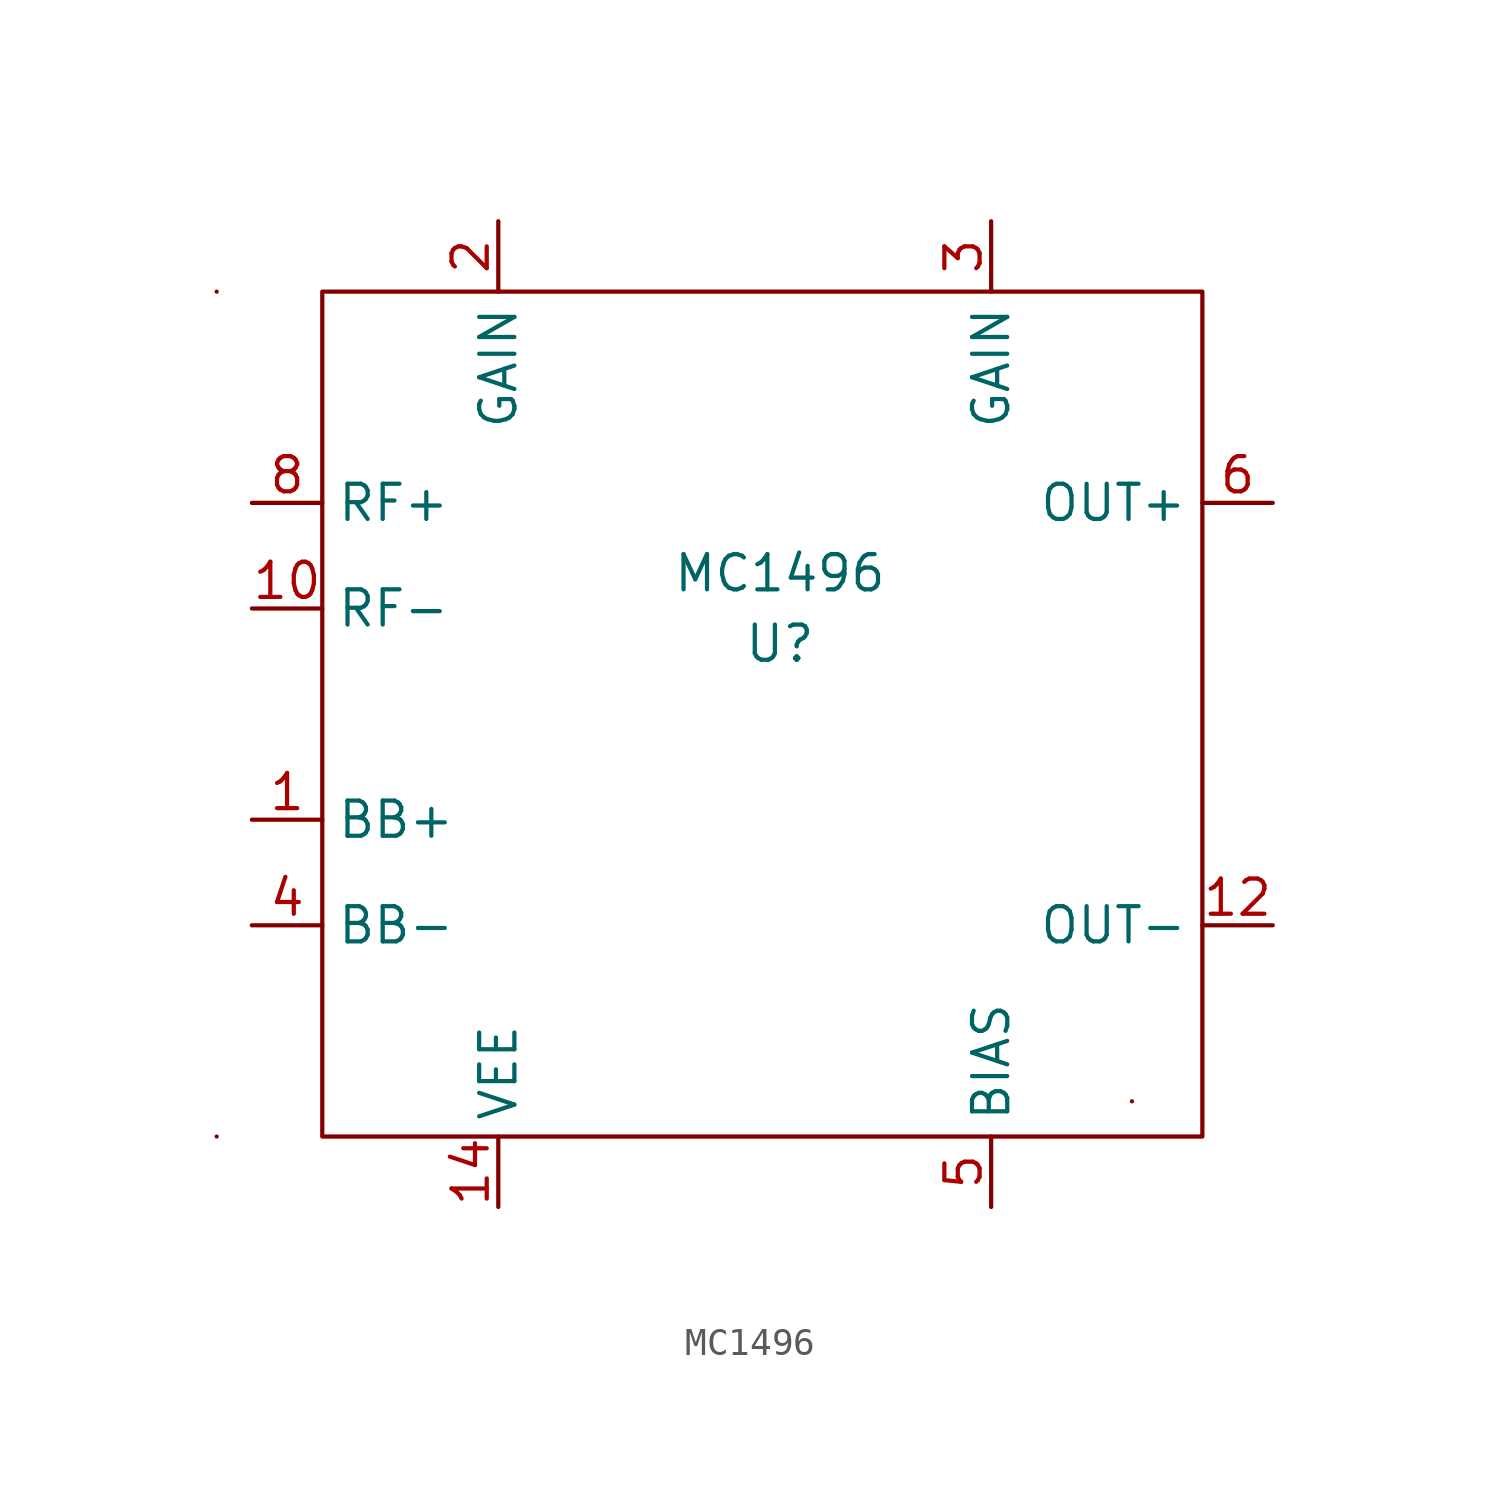
<source format=kicad_sym>
(kicad_symbol_lib
  (version 20211014)
  (generator kicad_symbol_editor)
  (symbol "MC1496"
    (property "Reference" "U"
      (at 0 2.54 0)
      (effects (font (size 1.27 1.27))))
    (property "Value" "MC1496"
      (at 0 5.08 0)
      (effects (font (size 1.27 1.27))))
    (symbol "MC1496_0_1"
      (rectangle (start -20.32 -15.24) (end -20.32 -15.24) (stroke (width 0) (type default) (color 0 0 0 0)) (fill (type none)))
      (rectangle (start -20.32 15.24) (end -20.32 15.24) (stroke (width 0) (type default) (color 0 0 0 0)) (fill (type none)))
      (rectangle (start -16.51 15.24) (end 15.24 -15.24) (stroke (width 0) (type default) (color 0 0 0 0)) (fill (type none)))
      (rectangle (start 12.7 -13.97) (end 12.7 -13.97) (stroke (width 0) (type default) (color 0 0 0 0)) (fill (type none)))
      (rectangle (start 16.51 7.62) (end 16.51 7.62) (stroke (width 0) (type default) (color 0 0 0 0)) (fill (type none))))
    (symbol "MC1496_1_1"
      (pin input line (at -19.05 -3.81 0) (length 2.54) (name "BB+" (effects (font (size 1.27 1.27)))) (number "1" (effects (font (size 1.27 1.27)))))
      (pin input line (at -19.05 3.81 0) (length 2.54) (name "RF-" (effects (font (size 1.27 1.27)))) (number "10" (effects (font (size 1.27 1.27)))))
      (pin input line (at 17.78 -7.62 180) (length 2.54) (name "OUT-" (effects (font (size 1.27 1.27)))) (number "12" (effects (font (size 1.27 1.27)))))
      (pin input line (at -10.16 -17.78 90) (length 2.54) (name "VEE" (effects (font (size 1.27 1.27)))) (number "14" (effects (font (size 1.27 1.27)))))
      (pin input line (at -10.16 17.78 270) (length 2.54) (name "GAIN" (effects (font (size 1.27 1.27)))) (number "2" (effects (font (size 1.27 1.27)))))
      (pin input line (at 7.62 17.78 270) (length 2.54) (name "GAIN" (effects (font (size 1.27 1.27)))) (number "3" (effects (font (size 1.27 1.27)))))
      (pin input line (at -19.05 -7.62 0) (length 2.54) (name "BB-" (effects (font (size 1.27 1.27)))) (number "4" (effects (font (size 1.27 1.27)))))
      (pin input line (at 7.62 -17.78 90) (length 2.54) (name "BIAS" (effects (font (size 1.27 1.27)))) (number "5" (effects (font (size 1.27 1.27)))))
      (pin input line (at 17.78 7.62 180) (length 2.54) (name "OUT+" (effects (font (size 1.27 1.27)))) (number "6" (effects (font (size 1.27 1.27)))))
      (pin input line (at -19.05 7.62 0) (length 2.54) (name "RF+" (effects (font (size 1.27 1.27)))) (number "8" (effects (font (size 1.27 1.27))))))))
</source>
